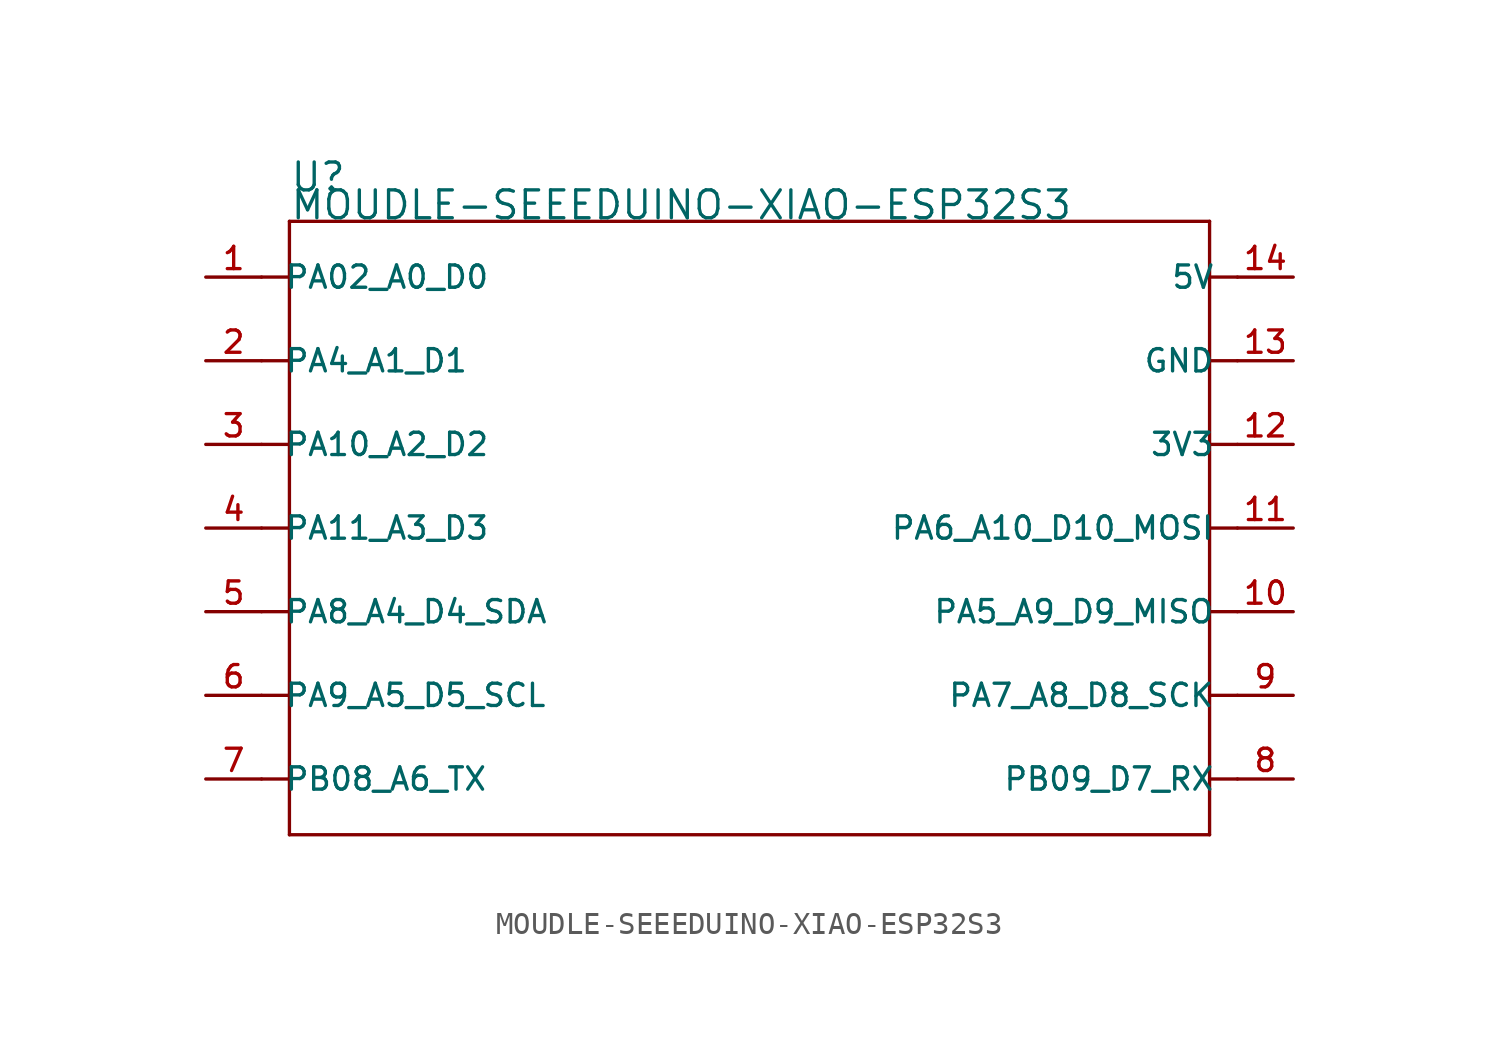
<source format=kicad_sym>
(kicad_symbol_lib
  (version 20231120)
  (generator "kicad_symbol_editor")
  (generator_version "8.0")
  (symbol "MOUDLE-SEEEDUINO-XIAO-ESP32S3"
    (pin_names
      (offset 1.016))
    (property "Reference" "U"
      (at -21.59 15.24 0)
      (effects (font (size 1.27 1.27)) (justify left bottom)))
    (property "Value" "MOUDLE-SEEEDUINO-XIAO-ESP32S3"
      (at -21.59 13.97 0)
      (effects (font (size 1.27 1.27)) (justify left bottom)))
    (symbol "MOUDLE-SEEEDUINO-XIAO-ESP32S3_0_0"
      (polyline (pts (xy -21.59 -13.97) (xy -21.59 0)) (stroke (width 0.152) (type default)) (fill (type none)))
      (polyline (pts (xy -21.59 -11.43) (xy -22.86 -11.43)) (stroke (width 0.152) (type default)) (fill (type none)))
      (polyline (pts (xy -21.59 -7.62) (xy -22.86 -7.62)) (stroke (width 0.152) (type default)) (fill (type none)))
      (polyline (pts (xy -21.59 -3.81) (xy -22.86 -3.81)) (stroke (width 0.152) (type default)) (fill (type none)))
      (polyline (pts (xy -21.59 0) (xy -22.86 0)) (stroke (width 0.152) (type default)) (fill (type none)))
      (polyline (pts (xy -21.59 0) (xy -21.59 3.81)) (stroke (width 0.152) (type default)) (fill (type none)))
      (polyline (pts (xy -21.59 3.81) (xy -22.86 3.81)) (stroke (width 0.152) (type default)) (fill (type none)))
      (polyline (pts (xy -21.59 3.81) (xy -21.59 7.62)) (stroke (width 0.152) (type default)) (fill (type none)))
      (polyline (pts (xy -21.59 7.62) (xy -22.86 7.62)) (stroke (width 0.152) (type default)) (fill (type none)))
      (polyline (pts (xy -21.59 7.62) (xy -21.59 11.43)) (stroke (width 0.152) (type default)) (fill (type none)))
      (polyline (pts (xy -21.59 11.43) (xy -22.86 11.43)) (stroke (width 0.152) (type default)) (fill (type none)))
      (polyline (pts (xy -21.59 11.43) (xy -21.59 13.97)) (stroke (width 0.152) (type default)) (fill (type none)))
      (polyline (pts (xy -21.59 13.97) (xy 20.32 13.97)) (stroke (width 0.152) (type default)) (fill (type none)))
      (polyline (pts (xy 20.32 -13.97) (xy -21.59 -13.97)) (stroke (width 0.152) (type default)) (fill (type none)))
      (polyline (pts (xy 20.32 3.81) (xy 20.32 -13.97)) (stroke (width 0.152) (type default)) (fill (type none)))
      (polyline (pts (xy 20.32 7.62) (xy 20.32 3.81)) (stroke (width 0.152) (type default)) (fill (type none)))
      (polyline (pts (xy 20.32 11.43) (xy 20.32 7.62)) (stroke (width 0.152) (type default)) (fill (type none)))
      (polyline (pts (xy 20.32 13.97) (xy 20.32 11.43)) (stroke (width 0.152) (type default)) (fill (type none)))
      (polyline (pts (xy 21.59 -11.43) (xy 20.32 -11.43)) (stroke (width 0.152) (type default)) (fill (type none)))
      (polyline (pts (xy 21.59 -7.62) (xy 20.32 -7.62)) (stroke (width 0.152) (type default)) (fill (type none)))
      (polyline (pts (xy 21.59 -3.81) (xy 20.32 -3.81)) (stroke (width 0.152) (type default)) (fill (type none)))
      (polyline (pts (xy 21.59 0) (xy 20.32 0)) (stroke (width 0.152) (type default)) (fill (type none)))
      (polyline (pts (xy 21.59 3.81) (xy 20.32 3.81)) (stroke (width 0.152) (type default)) (fill (type none)))
      (polyline (pts (xy 21.59 7.62) (xy 20.32 7.62)) (stroke (width 0.152) (type default)) (fill (type none)))
      (polyline (pts (xy 21.59 11.43) (xy 20.32 11.43)) (stroke (width 0.152) (type default)) (fill (type none)))
      (pin bidirectional line (at -25.4 11.43 0) (length 2.54) (name "PA02_A0_D0" (effects (font (size 1.016 1.016)))) (number "1" (effects (font (size 1.016 1.016)))))
      (pin bidirectional line (at 24.13 -3.81 180) (length 2.54) (name "PA5_A9_D9_MISO" (effects (font (size 1.016 1.016)))) (number "10" (effects (font (size 1.016 1.016)))))
      (pin bidirectional line (at 24.13 0 180) (length 2.54) (name "PA6_A10_D10_MOSI" (effects (font (size 1.016 1.016)))) (number "11" (effects (font (size 1.016 1.016)))))
      (pin bidirectional line (at 24.13 3.81 180) (length 2.54) (name "3V3" (effects (font (size 1.016 1.016)))) (number "12" (effects (font (size 1.016 1.016)))))
      (pin bidirectional line (at 24.13 7.62 180) (length 2.54) (name "GND" (effects (font (size 1.016 1.016)))) (number "13" (effects (font (size 1.016 1.016)))))
      (pin bidirectional line (at 24.13 11.43 180) (length 2.54) (name "5V" (effects (font (size 1.016 1.016)))) (number "14" (effects (font (size 1.016 1.016)))))
      (pin bidirectional line (at -25.4 7.62 0) (length 2.54) (name "PA4_A1_D1" (effects (font (size 1.016 1.016)))) (number "2" (effects (font (size 1.016 1.016)))))
      (pin bidirectional line (at -25.4 3.81 0) (length 2.54) (name "PA10_A2_D2" (effects (font (size 1.016 1.016)))) (number "3" (effects (font (size 1.016 1.016)))))
      (pin bidirectional line (at -25.4 0 0) (length 2.54) (name "PA11_A3_D3" (effects (font (size 1.016 1.016)))) (number "4" (effects (font (size 1.016 1.016)))))
      (pin bidirectional line (at -25.4 -3.81 0) (length 2.54) (name "PA8_A4_D4_SDA" (effects (font (size 1.016 1.016)))) (number "5" (effects (font (size 1.016 1.016)))))
      (pin bidirectional line (at -25.4 -7.62 0) (length 2.54) (name "PA9_A5_D5_SCL" (effects (font (size 1.016 1.016)))) (number "6" (effects (font (size 1.016 1.016)))))
      (pin bidirectional line (at -25.4 -11.43 0) (length 2.54) (name "PB08_A6_TX" (effects (font (size 1.016 1.016)))) (number "7" (effects (font (size 1.016 1.016)))))
      (pin bidirectional line (at 24.13 -11.43 180) (length 2.54) (name "PB09_D7_RX" (effects (font (size 1.016 1.016)))) (number "8" (effects (font (size 1.016 1.016)))))
      (pin bidirectional line (at 24.13 -7.62 180) (length 2.54) (name "PA7_A8_D8_SCK" (effects (font (size 1.016 1.016)))) (number "9" (effects (font (size 1.016 1.016))))))))
</source>
